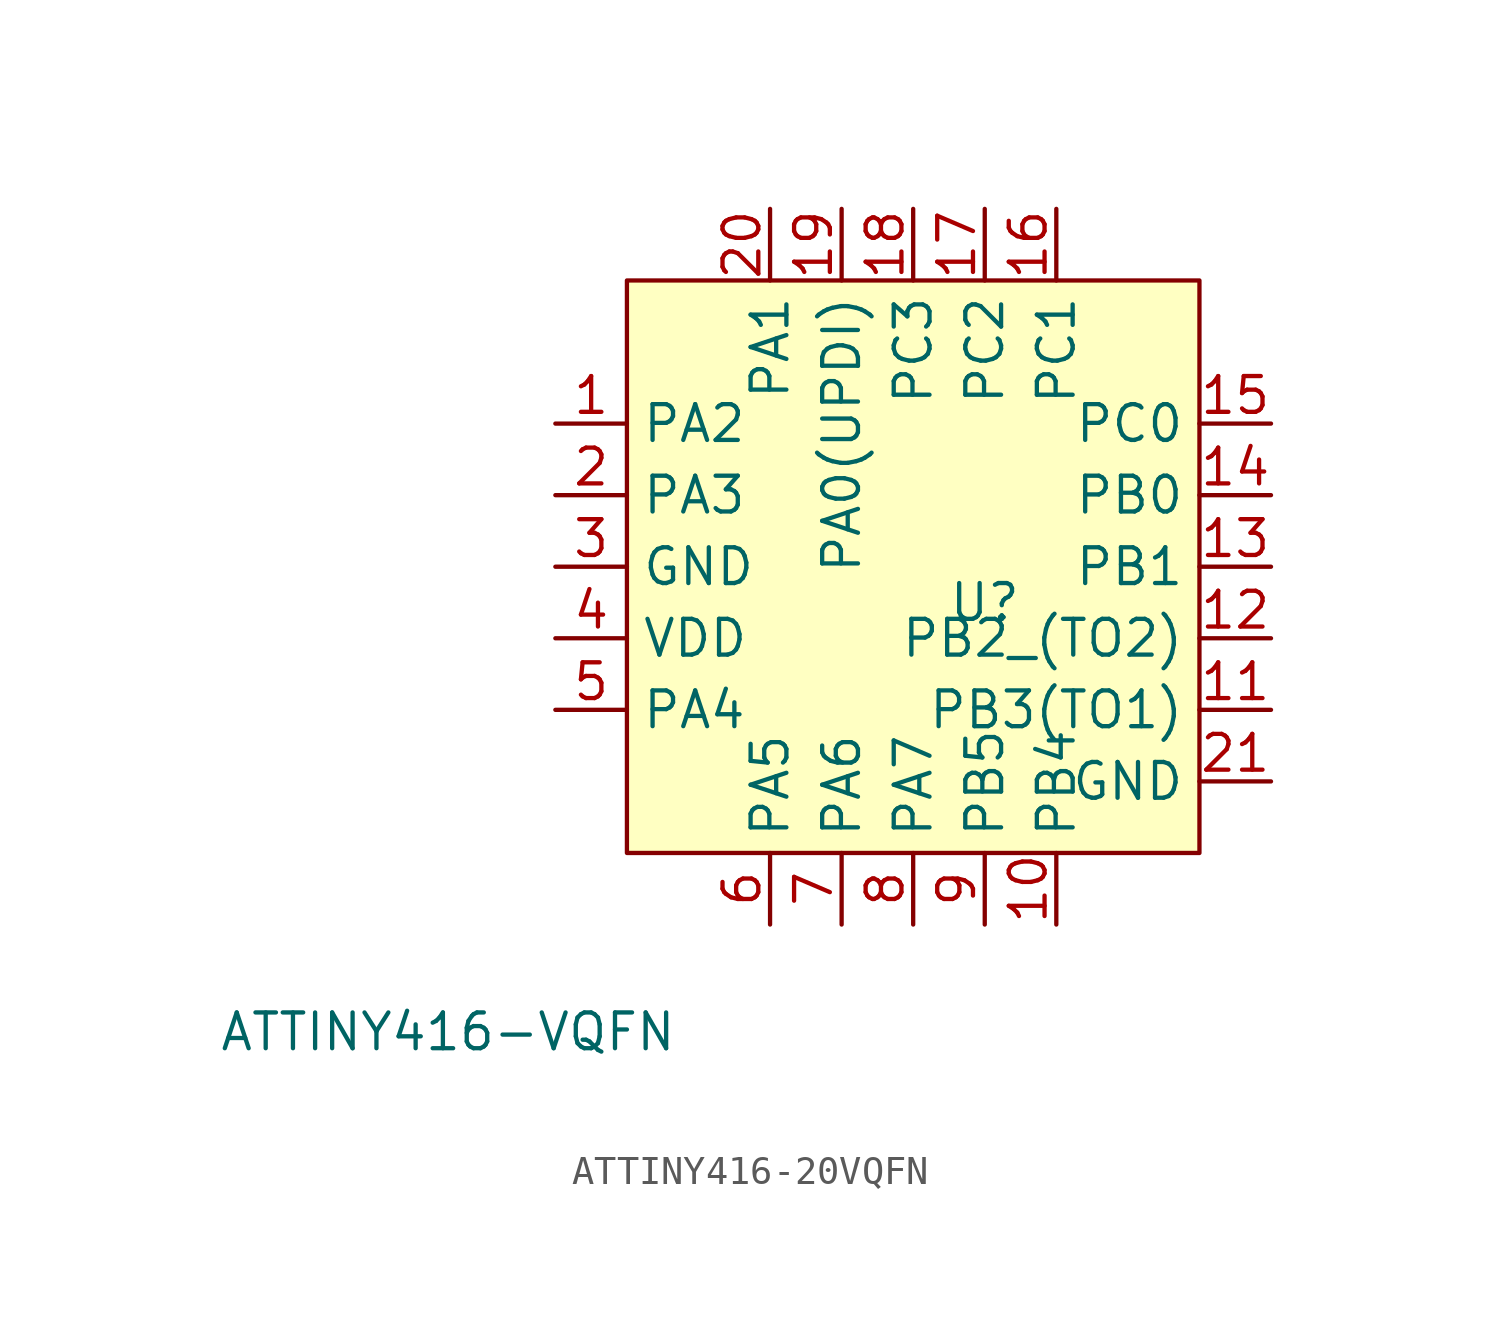
<source format=kicad_sym>
(kicad_symbol_lib
  (version 20220914)
  (generator kicad_symbol_editor)
  (symbol "ATTINY416-20VQFN"
    (property "Reference" "U"
      (at 0 -1.27 0)
      (effects (font (size 1.27 1.27))))
    (property "Value" "ATTINY416-VQFN"
      (at -19.05 -16.51 0)
      (effects (font (size 1.27 1.27))))
    (symbol "ATTINY416-20VQFN_1_1"
      (rectangle (start -12.7 10.16) (end 7.62 -10.16) (stroke (width 0) (type default)) (fill (type background)))
      (pin bidirectional line (at -15.24 5.08 0) (length 2.54) (name "PA2" (effects (font (size 1.27 1.27)))) (number "1" (effects (font (size 1.27 1.27)))))
      (pin bidirectional line (at 2.54 -12.7 90) (length 2.54) (name "PB4" (effects (font (size 1.27 1.27)))) (number "10" (effects (font (size 1.27 1.27)))))
      (pin bidirectional line (at 10.16 -5.08 180) (length 2.54) (name "PB3(TO1)" (effects (font (size 1.27 1.27)))) (number "11" (effects (font (size 1.27 1.27)))))
      (pin bidirectional line (at 10.16 -2.54 180) (length 2.54) (name "PB2_(TO2)" (effects (font (size 1.27 1.27)))) (number "12" (effects (font (size 1.27 1.27)))))
      (pin bidirectional line (at 10.16 0 180) (length 2.54) (name "PB1" (effects (font (size 1.27 1.27)))) (number "13" (effects (font (size 1.27 1.27)))))
      (pin bidirectional line (at 10.16 2.54 180) (length 2.54) (name "PB0" (effects (font (size 1.27 1.27)))) (number "14" (effects (font (size 1.27 1.27)))))
      (pin bidirectional line (at 10.16 5.08 180) (length 2.54) (name "PC0" (effects (font (size 1.27 1.27)))) (number "15" (effects (font (size 1.27 1.27)))))
      (pin bidirectional line (at 2.54 12.7 270) (length 2.54) (name "PC1" (effects (font (size 1.27 1.27)))) (number "16" (effects (font (size 1.27 1.27)))))
      (pin bidirectional line (at 0 12.7 270) (length 2.54) (name "PC2" (effects (font (size 1.27 1.27)))) (number "17" (effects (font (size 1.27 1.27)))))
      (pin bidirectional line (at -2.54 12.7 270) (length 2.54) (name "PC3" (effects (font (size 1.27 1.27)))) (number "18" (effects (font (size 1.27 1.27)))))
      (pin bidirectional line (at -5.08 12.7 270) (length 2.54) (name "PA0(UPDI)" (effects (font (size 1.27 1.27)))) (number "19" (effects (font (size 1.27 1.27)))))
      (pin bidirectional line (at -15.24 2.54 0) (length 2.54) (name "PA3" (effects (font (size 1.27 1.27)))) (number "2" (effects (font (size 1.27 1.27)))))
      (pin bidirectional line (at -7.62 12.7 270) (length 2.54) (name "PA1" (effects (font (size 1.27 1.27)))) (number "20" (effects (font (size 1.27 1.27)))))
      (pin bidirectional line (at 10.16 -7.62 180) (length 2.54) (name "GND" (effects (font (size 1.27 1.27)))) (number "21" (effects (font (size 1.27 1.27)))))
      (pin bidirectional line (at -15.24 0 0) (length 2.54) (name "GND" (effects (font (size 1.27 1.27)))) (number "3" (effects (font (size 1.27 1.27)))))
      (pin bidirectional line (at -15.24 -2.54 0) (length 2.54) (name "VDD" (effects (font (size 1.27 1.27)))) (number "4" (effects (font (size 1.27 1.27)))))
      (pin bidirectional line (at -15.24 -5.08 0) (length 2.54) (name "PA4" (effects (font (size 1.27 1.27)))) (number "5" (effects (font (size 1.27 1.27)))))
      (pin bidirectional line (at -7.62 -12.7 90) (length 2.54) (name "PA5" (effects (font (size 1.27 1.27)))) (number "6" (effects (font (size 1.27 1.27)))))
      (pin bidirectional line (at -5.08 -12.7 90) (length 2.54) (name "PA6" (effects (font (size 1.27 1.27)))) (number "7" (effects (font (size 1.27 1.27)))))
      (pin bidirectional line (at -2.54 -12.7 90) (length 2.54) (name "PA7" (effects (font (size 1.27 1.27)))) (number "8" (effects (font (size 1.27 1.27)))))
      (pin bidirectional line (at 0 -12.7 90) (length 2.54) (name "PB5" (effects (font (size 1.27 1.27)))) (number "9" (effects (font (size 1.27 1.27))))))))
</source>
